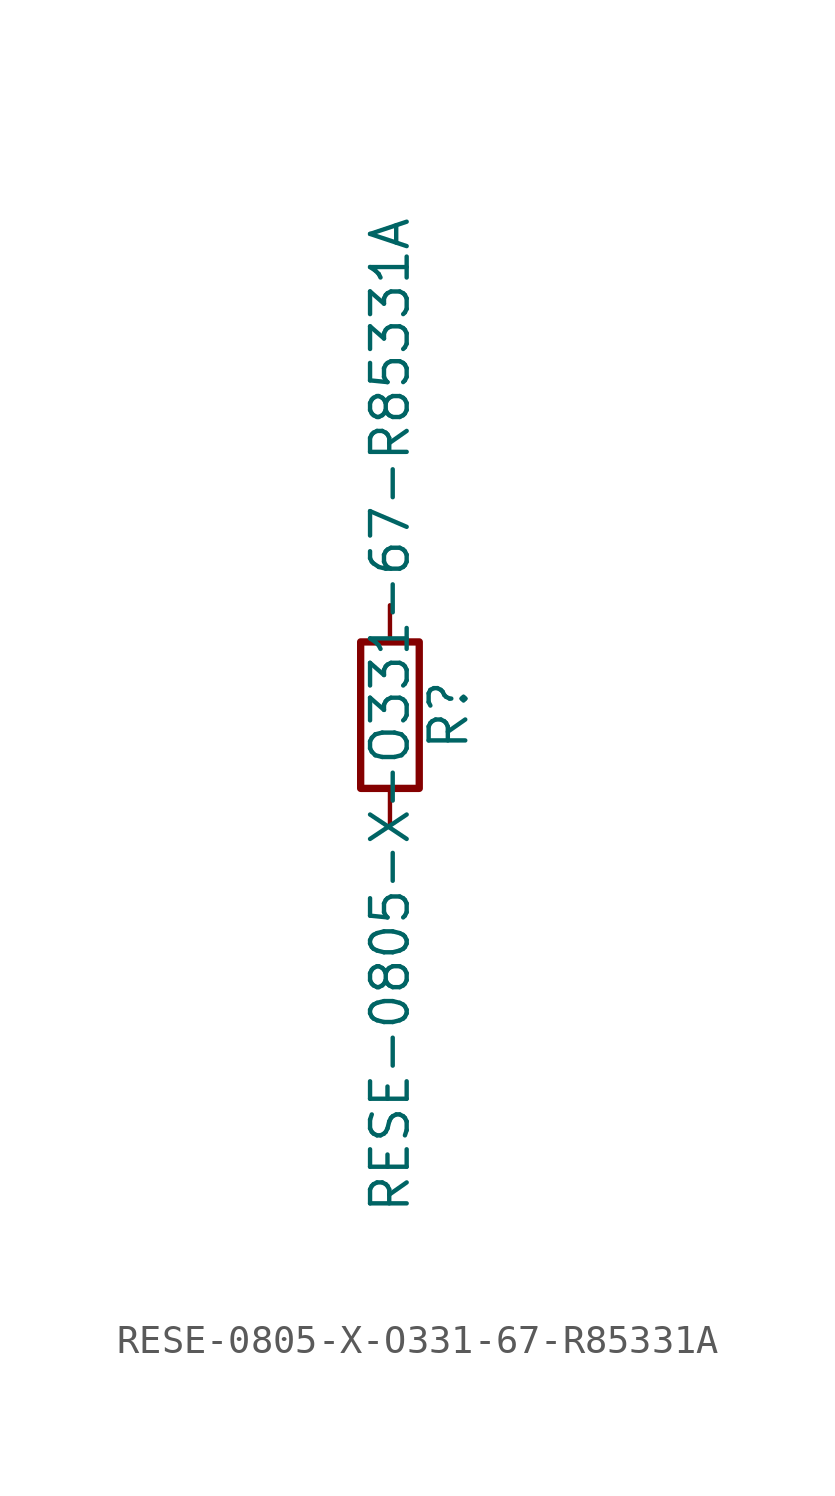
<source format=kicad_sym>
(kicad_symbol_lib
  (version 20211014)
  (generator kicad_symbol_editor)
  (symbol "RESE-0805-X-O331-67-R85331A"
    (pin_numbers hide)
    (pin_names
      (offset 0))
    (property "Reference" "R"
      (at 2.032 0 90)
      (effects (font (size 1.27 1.27))))
    (property "Value" "RESE-0805-X-O331-67-R85331A"
      (at 0 0 90)
      (effects (font (size 1.27 1.27))))
    (symbol "RESE-0805-X-O331-67-R85331A_0_1"
      (rectangle (start -1.016 -2.54) (end 1.016 2.54) (stroke (width 0.254) (type default) (color 0 0 0 0)) (fill (type none))))
    (symbol "RESE-0805-X-O331-67-R85331A_1_1"
      (pin passive line (at 0 3.81 270) (length 1.27) (name "~" (effects (font (size 1.27 1.27)))) (number "1" (effects (font (size 1.27 1.27)))))
      (pin passive line (at 0 -3.81 90) (length 1.27) (name "~" (effects (font (size 1.27 1.27)))) (number "2" (effects (font (size 1.27 1.27))))))))
</source>
